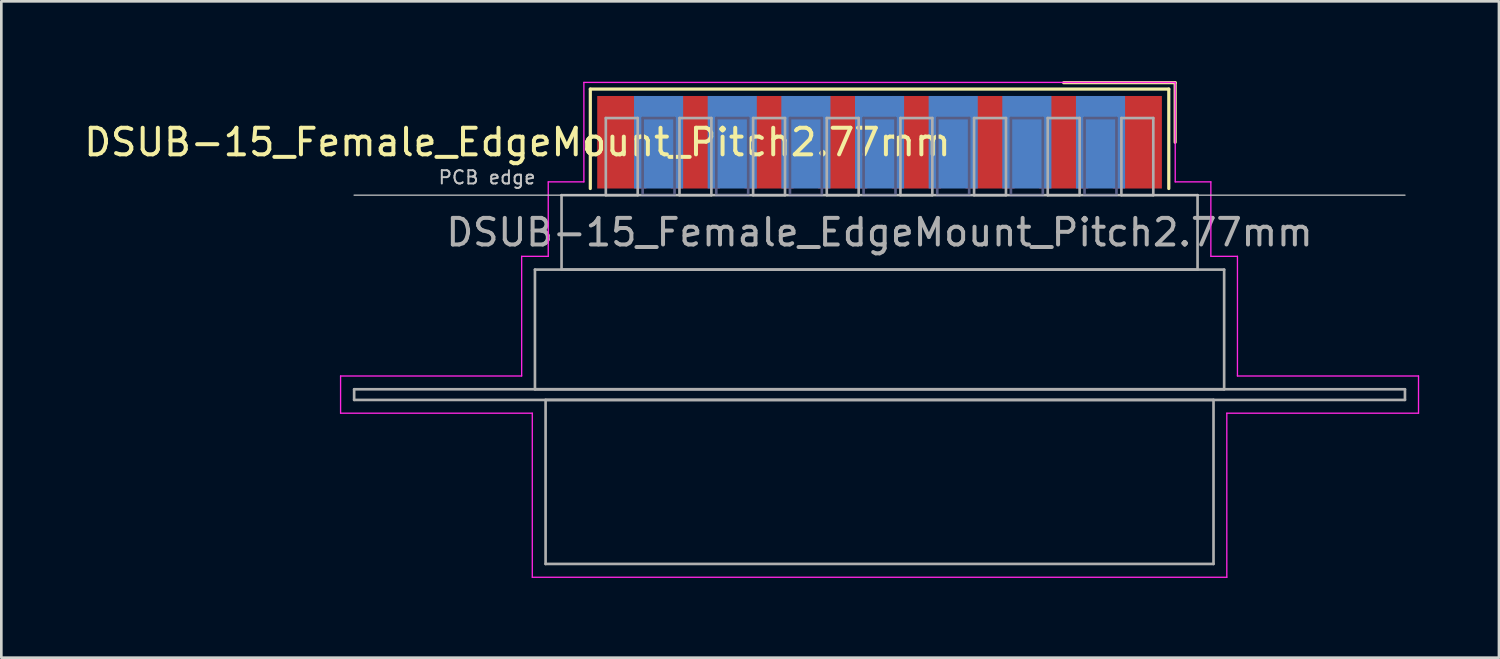
<source format=kicad_pcb>
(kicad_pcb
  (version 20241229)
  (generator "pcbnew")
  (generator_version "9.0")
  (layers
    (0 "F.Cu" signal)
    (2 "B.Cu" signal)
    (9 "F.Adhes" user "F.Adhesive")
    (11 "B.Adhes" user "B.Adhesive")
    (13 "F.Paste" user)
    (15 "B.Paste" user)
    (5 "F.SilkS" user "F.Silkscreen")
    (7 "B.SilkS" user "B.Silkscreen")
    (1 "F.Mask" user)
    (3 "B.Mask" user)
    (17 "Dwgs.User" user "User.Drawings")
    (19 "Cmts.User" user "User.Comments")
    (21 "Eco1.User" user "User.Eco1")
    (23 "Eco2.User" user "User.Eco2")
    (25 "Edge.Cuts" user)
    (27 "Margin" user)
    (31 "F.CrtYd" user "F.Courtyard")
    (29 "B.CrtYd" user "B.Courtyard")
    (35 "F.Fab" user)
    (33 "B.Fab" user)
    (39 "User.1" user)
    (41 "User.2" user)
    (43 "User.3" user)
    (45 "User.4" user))
  (footprint "DSUB-15_Female_EdgeMount_Pitch2.77mm"
    (layer "F.Cu")
    (at 30.029 2.3)
    (property "Reference" "DSUB-15_Female_EdgeMount_Pitch2.77mm" (at -13.618 0 0) (layer "F.SilkS") (effects (font (size 1 1) (thickness 0.15))))
    (attr smd)
    (fp_line (start -10.878 -2) (end -10.878 1.74) (stroke (width 0.12) (type solid)) (layer "F.SilkS"))
    (fp_line (start 10.878 -2) (end -10.878 -2) (stroke (width 0.12) (type solid)) (layer "F.SilkS"))
    (fp_line (start 10.878 1.74) (end 10.878 -2) (stroke (width 0.12) (type solid)) (layer "F.SilkS"))
    (fp_line (start 11.118 -2.24) (end 6.925 -2.24) (stroke (width 0.12) (type solid)) (layer "F.SilkS"))
    (fp_line (start 11.118 0) (end 11.118 -2.24) (stroke (width 0.12) (type solid)) (layer "F.SilkS"))
    (fp_line (start -19.76 1.99) (end 19.76 1.99) (stroke (width 0.05) (type solid)) (layer "Dwgs.User"))
    (fp_line (start -20.27 8.79) (end -13.46 8.79) (stroke (width 0.05) (type solid)) (layer "F.CrtYd"))
    (fp_line (start -20.27 10.19) (end -20.27 8.79) (stroke (width 0.05) (type solid)) (layer "F.CrtYd"))
    (fp_line (start -13.46 4.29) (end -12.46 4.29) (stroke (width 0.05) (type solid)) (layer "F.CrtYd"))
    (fp_line (start -13.46 8.79) (end -13.46 4.29) (stroke (width 0.05) (type solid)) (layer "F.CrtYd"))
    (fp_line (start -13.06 10.19) (end -20.27 10.19) (stroke (width 0.05) (type solid)) (layer "F.CrtYd"))
    (fp_line (start -13.06 16.36) (end -13.06 10.19) (stroke (width 0.05) (type solid)) (layer "F.CrtYd"))
    (fp_line (start -12.46 1.49) (end -11.12 1.49) (stroke (width 0.05) (type solid)) (layer "F.CrtYd"))
    (fp_line (start -12.46 4.29) (end -12.46 1.49) (stroke (width 0.05) (type solid)) (layer "F.CrtYd"))
    (fp_line (start -11.12 -2.25) (end 11.12 -2.25) (stroke (width 0.05) (type solid)) (layer "F.CrtYd"))
    (fp_line (start -11.12 1.49) (end -11.12 -2.25) (stroke (width 0.05) (type solid)) (layer "F.CrtYd"))
    (fp_line (start 11.12 -2.25) (end 11.12 1.49) (stroke (width 0.05) (type solid)) (layer "F.CrtYd"))
    (fp_line (start 11.12 1.49) (end 12.46 1.49) (stroke (width 0.05) (type solid)) (layer "F.CrtYd"))
    (fp_line (start 12.46 1.49) (end 12.46 4.29) (stroke (width 0.05) (type solid)) (layer "F.CrtYd"))
    (fp_line (start 12.46 4.29) (end 13.46 4.29) (stroke (width 0.05) (type solid)) (layer "F.CrtYd"))
    (fp_line (start 13.06 10.19) (end 13.06 16.36) (stroke (width 0.05) (type solid)) (layer "F.CrtYd"))
    (fp_line (start 13.06 16.36) (end -13.06 16.36) (stroke (width 0.05) (type solid)) (layer "F.CrtYd"))
    (fp_line (start 13.46 4.29) (end 13.46 8.79) (stroke (width 0.05) (type solid)) (layer "F.CrtYd"))
    (fp_line (start 13.46 8.79) (end 20.27 8.79) (stroke (width 0.05) (type solid)) (layer "F.CrtYd"))
    (fp_line (start 20.27 8.79) (end 20.27 10.19) (stroke (width 0.05) (type solid)) (layer "F.CrtYd"))
    (fp_line (start 20.27 10.19) (end 13.06 10.19) (stroke (width 0.05) (type solid)) (layer "F.CrtYd"))
    (fp_line (start -8.91 -0.91) (end -8.91 1.99) (stroke (width 0.1) (type solid)) (layer "B.Fab"))
    (fp_line (start -8.91 1.99) (end -7.71 1.99) (stroke (width 0.1) (type solid)) (layer "B.Fab"))
    (fp_line (start -7.71 -0.91) (end -8.91 -0.91) (stroke (width 0.1) (type solid)) (layer "B.Fab"))
    (fp_line (start -7.71 1.99) (end -7.71 -0.91) (stroke (width 0.1) (type solid)) (layer "B.Fab"))
    (fp_line (start -6.14 -0.91) (end -6.14 1.99) (stroke (width 0.1) (type solid)) (layer "B.Fab"))
    (fp_line (start -6.14 1.99) (end -4.94 1.99) (stroke (width 0.1) (type solid)) (layer "B.Fab"))
    (fp_line (start -4.94 -0.91) (end -6.14 -0.91) (stroke (width 0.1) (type solid)) (layer "B.Fab"))
    (fp_line (start -4.94 1.99) (end -4.94 -0.91) (stroke (width 0.1) (type solid)) (layer "B.Fab"))
    (fp_line (start -3.37 -0.91) (end -3.37 1.99) (stroke (width 0.1) (type solid)) (layer "B.Fab"))
    (fp_line (start -3.37 1.99) (end -2.17 1.99) (stroke (width 0.1) (type solid)) (layer "B.Fab"))
    (fp_line (start -2.17 -0.91) (end -3.37 -0.91) (stroke (width 0.1) (type solid)) (layer "B.Fab"))
    (fp_line (start -2.17 1.99) (end -2.17 -0.91) (stroke (width 0.1) (type solid)) (layer "B.Fab"))
    (fp_line (start -0.6 -0.91) (end -0.6 1.99) (stroke (width 0.1) (type solid)) (layer "B.Fab"))
    (fp_line (start -0.6 1.99) (end 0.6 1.99) (stroke (width 0.1) (type solid)) (layer "B.Fab"))
    (fp_line (start 0.6 -0.91) (end -0.6 -0.91) (stroke (width 0.1) (type solid)) (layer "B.Fab"))
    (fp_line (start 0.6 1.99) (end 0.6 -0.91) (stroke (width 0.1) (type solid)) (layer "B.Fab"))
    (fp_line (start 2.17 -0.91) (end 2.17 1.99) (stroke (width 0.1) (type solid)) (layer "B.Fab"))
    (fp_line (start 2.17 1.99) (end 3.37 1.99) (stroke (width 0.1) (type solid)) (layer "B.Fab"))
    (fp_line (start 3.37 -0.91) (end 2.17 -0.91) (stroke (width 0.1) (type solid)) (layer "B.Fab"))
    (fp_line (start 3.37 1.99) (end 3.37 -0.91) (stroke (width 0.1) (type solid)) (layer "B.Fab"))
    (fp_line (start 4.94 -0.91) (end 4.94 1.99) (stroke (width 0.1) (type solid)) (layer "B.Fab"))
    (fp_line (start 4.94 1.99) (end 6.14 1.99) (stroke (width 0.1) (type solid)) (layer "B.Fab"))
    (fp_line (start 6.14 -0.91) (end 4.94 -0.91) (stroke (width 0.1) (type solid)) (layer "B.Fab"))
    (fp_line (start 6.14 1.99) (end 6.14 -0.91) (stroke (width 0.1) (type solid)) (layer "B.Fab"))
    (fp_line (start 7.71 -0.91) (end 7.71 1.99) (stroke (width 0.1) (type solid)) (layer "B.Fab"))
    (fp_line (start 7.71 1.99) (end 8.91 1.99) (stroke (width 0.1) (type solid)) (layer "B.Fab"))
    (fp_line (start 8.91 -0.91) (end 7.71 -0.91) (stroke (width 0.1) (type solid)) (layer "B.Fab"))
    (fp_line (start 8.91 1.99) (end 8.91 -0.91) (stroke (width 0.1) (type solid)) (layer "B.Fab"))
    (fp_line (start -19.76 9.29) (end -19.76 9.69) (stroke (width 0.1) (type solid)) (layer "F.Fab"))
    (fp_line (start -19.76 9.69) (end 19.76 9.69) (stroke (width 0.1) (type solid)) (layer "F.Fab"))
    (fp_line (start -12.96 4.79) (end -12.96 9.29) (stroke (width 0.1) (type solid)) (layer "F.Fab"))
    (fp_line (start -12.96 9.29) (end 12.96 9.29) (stroke (width 0.1) (type solid)) (layer "F.Fab"))
    (fp_line (start -12.56 9.69) (end -12.56 15.86) (stroke (width 0.1) (type solid)) (layer "F.Fab"))
    (fp_line (start -12.56 15.86) (end 12.56 15.86) (stroke (width 0.1) (type solid)) (layer "F.Fab"))
    (fp_line (start -11.96 1.99) (end -11.96 4.79) (stroke (width 0.1) (type solid)) (layer "F.Fab"))
    (fp_line (start -11.96 4.79) (end 11.96 4.79) (stroke (width 0.1) (type solid)) (layer "F.Fab"))
    (fp_line (start -10.295 -0.91) (end -10.295 1.99) (stroke (width 0.1) (type solid)) (layer "F.Fab"))
    (fp_line (start -10.295 1.99) (end -9.095 1.99) (stroke (width 0.1) (type solid)) (layer "F.Fab"))
    (fp_line (start -9.095 -0.91) (end -10.295 -0.91) (stroke (width 0.1) (type solid)) (layer "F.Fab"))
    (fp_line (start -9.095 1.99) (end -9.095 -0.91) (stroke (width 0.1) (type solid)) (layer "F.Fab"))
    (fp_line (start -7.525 -0.91) (end -7.525 1.99) (stroke (width 0.1) (type solid)) (layer "F.Fab"))
    (fp_line (start -7.525 1.99) (end -6.325 1.99) (stroke (width 0.1) (type solid)) (layer "F.Fab"))
    (fp_line (start -6.325 -0.91) (end -7.525 -0.91) (stroke (width 0.1) (type solid)) (layer "F.Fab"))
    (fp_line (start -6.325 1.99) (end -6.325 -0.91) (stroke (width 0.1) (type solid)) (layer "F.Fab"))
    (fp_line (start -4.755 -0.91) (end -4.755 1.99) (stroke (width 0.1) (type solid)) (layer "F.Fab"))
    (fp_line (start -4.755 1.99) (end -3.555 1.99) (stroke (width 0.1) (type solid)) (layer "F.Fab"))
    (fp_line (start -3.555 -0.91) (end -4.755 -0.91) (stroke (width 0.1) (type solid)) (layer "F.Fab"))
    (fp_line (start -3.555 1.99) (end -3.555 -0.91) (stroke (width 0.1) (type solid)) (layer "F.Fab"))
    (fp_line (start -1.985 -0.91) (end -1.985 1.99) (stroke (width 0.1) (type solid)) (layer "F.Fab"))
    (fp_line (start -1.985 1.99) (end -0.785 1.99) (stroke (width 0.1) (type solid)) (layer "F.Fab"))
    (fp_line (start -0.785 -0.91) (end -1.985 -0.91) (stroke (width 0.1) (type solid)) (layer "F.Fab"))
    (fp_line (start -0.785 1.99) (end -0.785 -0.91) (stroke (width 0.1) (type solid)) (layer "F.Fab"))
    (fp_line (start 0.785 -0.91) (end 0.785 1.99) (stroke (width 0.1) (type solid)) (layer "F.Fab"))
    (fp_line (start 0.785 1.99) (end 1.985 1.99) (stroke (width 0.1) (type solid)) (layer "F.Fab"))
    (fp_line (start 1.985 -0.91) (end 0.785 -0.91) (stroke (width 0.1) (type solid)) (layer "F.Fab"))
    (fp_line (start 1.985 1.99) (end 1.985 -0.91) (stroke (width 0.1) (type solid)) (layer "F.Fab"))
    (fp_line (start 3.555 -0.91) (end 3.555 1.99) (stroke (width 0.1) (type solid)) (layer "F.Fab"))
    (fp_line (start 3.555 1.99) (end 4.755 1.99) (stroke (width 0.1) (type solid)) (layer "F.Fab"))
    (fp_line (start 4.755 -0.91) (end 3.555 -0.91) (stroke (width 0.1) (type solid)) (layer "F.Fab"))
    (fp_line (start 4.755 1.99) (end 4.755 -0.91) (stroke (width 0.1) (type solid)) (layer "F.Fab"))
    (fp_line (start 6.325 -0.91) (end 6.325 1.99) (stroke (width 0.1) (type solid)) (layer "F.Fab"))
    (fp_line (start 6.325 1.99) (end 7.525 1.99) (stroke (width 0.1) (type solid)) (layer "F.Fab"))
    (fp_line (start 7.525 -0.91) (end 6.325 -0.91) (stroke (width 0.1) (type solid)) (layer "F.Fab"))
    (fp_line (start 7.525 1.99) (end 7.525 -0.91) (stroke (width 0.1) (type solid)) (layer "F.Fab"))
    (fp_line (start 9.095 -0.91) (end 9.095 1.99) (stroke (width 0.1) (type solid)) (layer "F.Fab"))
    (fp_line (start 9.095 1.99) (end 10.295 1.99) (stroke (width 0.1) (type solid)) (layer "F.Fab"))
    (fp_line (start 10.295 -0.91) (end 9.095 -0.91) (stroke (width 0.1) (type solid)) (layer "F.Fab"))
    (fp_line (start 10.295 1.99) (end 10.295 -0.91) (stroke (width 0.1) (type solid)) (layer "F.Fab"))
    (fp_line (start 11.96 1.99) (end -11.96 1.99) (stroke (width 0.1) (type solid)) (layer "F.Fab"))
    (fp_line (start 11.96 4.79) (end 11.96 1.99) (stroke (width 0.1) (type solid)) (layer "F.Fab"))
    (fp_line (start 12.56 9.69) (end -12.56 9.69) (stroke (width 0.1) (type solid)) (layer "F.Fab"))
    (fp_line (start 12.56 15.86) (end 12.56 9.69) (stroke (width 0.1) (type solid)) (layer "F.Fab"))
    (fp_line (start 12.96 4.79) (end -12.96 4.79) (stroke (width 0.1) (type solid)) (layer "F.Fab"))
    (fp_line (start 12.96 9.29) (end 12.96 4.79) (stroke (width 0.1) (type solid)) (layer "F.Fab"))
    (fp_line (start 19.76 9.29) (end -19.76 9.29) (stroke (width 0.1) (type solid)) (layer "F.Fab"))
    (fp_line (start 19.76 9.69) (end 19.76 9.29) (stroke (width 0.1) (type solid)) (layer "F.Fab"))
    (fp_text user "PCB edge" (at -14.76 1.323 0) (layer "Dwgs.User") (effects (font (size 0.5 0.5) (thickness 0.075))))
    (fp_text user "${REFERENCE}" (at 0 3.39 0) (layer "F.Fab") (effects (font (size 1 1) (thickness 0.15))))
    (pad "1" smd rect (at 9.695 0) (size 1.847 3.48) (layers "F.Cu" "F.Mask" "F.Paste"))
    (pad "2" smd rect (at 6.925 0) (size 1.847 3.48) (layers "F.Cu" "F.Mask" "F.Paste"))
    (pad "3" smd rect (at 4.155 0) (size 1.847 3.48) (layers "F.Cu" "F.Mask" "F.Paste"))
    (pad "4" smd rect (at 1.385 0) (size 1.847 3.48) (layers "F.Cu" "F.Mask" "F.Paste"))
    (pad "5" smd rect (at -1.385 0) (size 1.847 3.48) (layers "F.Cu" "F.Mask" "F.Paste"))
    (pad "6" smd rect (at -4.155 0) (size 1.847 3.48) (layers "F.Cu" "F.Mask" "F.Paste"))
    (pad "7" smd rect (at -6.925 0) (size 1.847 3.48) (layers "F.Cu" "F.Mask" "F.Paste"))
    (pad "8" smd rect (at -9.695 0) (size 1.847 3.48) (layers "F.Cu" "F.Mask" "F.Paste"))
    (pad "9" smd rect (at 8.31 0) (size 1.847 3.48) (layers "B.Cu" "B.Mask" "B.Paste"))
    (pad "10" smd rect (at 5.54 0) (size 1.847 3.48) (layers "B.Cu" "B.Mask" "B.Paste"))
    (pad "11" smd rect (at 2.77 0) (size 1.847 3.48) (layers "B.Cu" "B.Mask" "B.Paste"))
    (pad "12" smd rect (at 0 0) (size 1.847 3.48) (layers "B.Cu" "B.Mask" "B.Paste"))
    (pad "13" smd rect (at -2.77 0) (size 1.847 3.48) (layers "B.Cu" "B.Mask" "B.Paste"))
    (pad "14" smd rect (at -5.54 0) (size 1.847 3.48) (layers "B.Cu" "B.Mask" "B.Paste"))
    (pad "15" smd rect (at -8.31 0) (size 1.847 3.48) (layers "B.Cu" "B.Mask" "B.Paste")))
  (gr_rect
    (start -3 -3)
    (end 53.324 21.685)
    (stroke (width 0.1) (type default))
    (fill no)
    (layer "Edge.Cuts")))
</source>
